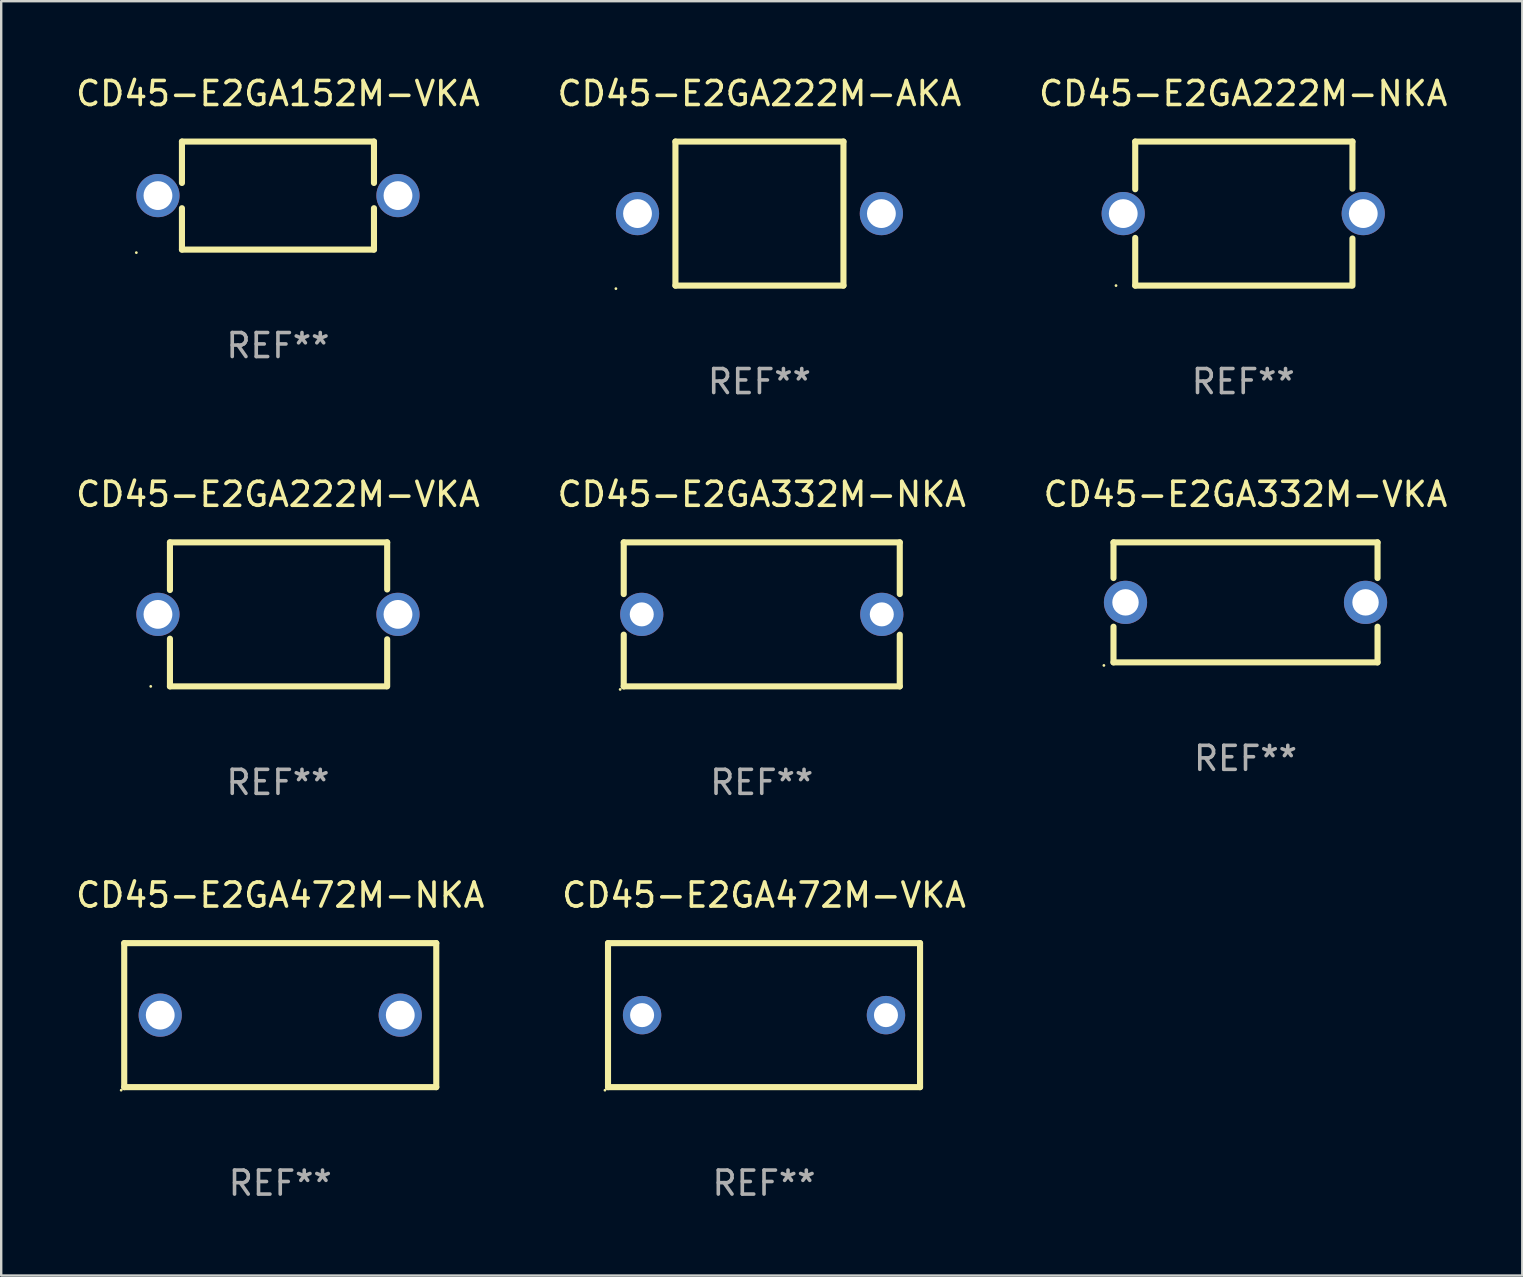
<source format=kicad_pcb>
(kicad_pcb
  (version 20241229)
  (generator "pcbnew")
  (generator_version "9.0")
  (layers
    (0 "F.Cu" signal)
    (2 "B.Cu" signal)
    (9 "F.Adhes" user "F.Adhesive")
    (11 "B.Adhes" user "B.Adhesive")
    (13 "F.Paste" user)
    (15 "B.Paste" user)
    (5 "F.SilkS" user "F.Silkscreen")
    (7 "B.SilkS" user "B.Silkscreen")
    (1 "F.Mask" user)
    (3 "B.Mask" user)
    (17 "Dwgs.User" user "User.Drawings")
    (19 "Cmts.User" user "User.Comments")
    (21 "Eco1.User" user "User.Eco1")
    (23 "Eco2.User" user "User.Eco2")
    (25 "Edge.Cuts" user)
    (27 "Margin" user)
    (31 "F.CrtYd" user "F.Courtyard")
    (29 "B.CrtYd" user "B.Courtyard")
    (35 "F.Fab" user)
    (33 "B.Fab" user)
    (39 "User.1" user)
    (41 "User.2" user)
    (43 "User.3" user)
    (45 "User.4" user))
  (footprint "CD45-E2GA222M-AKA"
    (layer "F.Cu")
    (at 28.589 5.848)
    (property "Reference" "CD45-E2GA222M-AKA" (at 0 -5 0) (layer "F.SilkS") (effects (font (size 1 1) (thickness 0.15))))
    (attr through_hole)
    (fp_line (start -3.5 -3) (end 3.5 -3) (stroke (width 0.254) (type solid)) (layer "F.SilkS"))
    (fp_line (start -3.5 3) (end -3.5 -3) (stroke (width 0.254) (type solid)) (layer "F.SilkS"))
    (fp_line (start 3.5 -3) (end 3.5 3) (stroke (width 0.254) (type solid)) (layer "F.SilkS"))
    (fp_line (start 3.5 3) (end -3.5 3) (stroke (width 0.254) (type solid)) (layer "F.SilkS"))
    (fp_circle (center -5.98 3.127) (end -5.95 3.127) (stroke (width 0.06) (type solid)) (fill no) (layer "F.SilkS"))
    (fp_text user "REF**" (at 0 7 0) (layer "F.Fab") (effects (font (size 1 1) (thickness 0.15))))
    (pad "1" thru_hole circle (at -5.08 0) (size 1.8 1.8) (drill 1.2) (layers "*.Cu" "*.Mask"))
    (pad "2" thru_hole circle (at 5.08 0) (size 1.8 1.8) (drill 1.2) (layers "*.Cu" "*.Mask")))
  (footprint "CD45-E2GA332M-NKA"
    (layer "F.Cu")
    (at 28.685 22.545)
    (property "Reference" "CD45-E2GA332M-NKA" (at 0 -5 0) (layer "F.SilkS") (effects (font (size 1 1) (thickness 0.15))))
    (attr through_hole)
    (fp_line (start -5.75 -3) (end -5.75 -0.845) (stroke (width 0.254) (type solid)) (layer "F.SilkS"))
    (fp_line (start -5.75 -3) (end 5.75 -3) (stroke (width 0.254) (type solid)) (layer "F.SilkS"))
    (fp_line (start -5.75 0.845) (end -5.75 3) (stroke (width 0.254) (type solid)) (layer "F.SilkS"))
    (fp_line (start 5.75 -3) (end 5.75 -0.847) (stroke (width 0.254) (type solid)) (layer "F.SilkS"))
    (fp_line (start 5.75 0.847) (end 5.75 3) (stroke (width 0.254) (type solid)) (layer "F.SilkS"))
    (fp_line (start 5.75 3) (end -5.75 3) (stroke (width 0.254) (type solid)) (layer "F.SilkS"))
    (fp_circle (center -5.899 3.127) (end -5.869 3.127) (stroke (width 0.06) (type solid)) (fill no) (layer "F.SilkS"))
    (fp_text user "REF**" (at 0 7 0) (layer "F.Fab") (effects (font (size 1 1) (thickness 0.15))))
    (pad "1" thru_hole circle (at -4.999 0) (size 1.8 1.8) (drill 1) (layers "*.Cu" "*.Mask"))
    (pad "2" thru_hole circle (at 5.001 0) (size 1.8 1.8) (drill 1) (layers "*.Cu" "*.Mask")))
  (footprint "CD45-E2GA222M-NKA"
    (layer "F.Cu")
    (at 48.744 5.848)
    (property "Reference" "CD45-E2GA222M-NKA" (at 0 -5 0) (layer "F.SilkS") (effects (font (size 1 1) (thickness 0.15))))
    (attr through_hole)
    (fp_line (start -4.5 -3) (end -4.5 -1.014) (stroke (width 0.254) (type solid)) (layer "F.SilkS"))
    (fp_line (start -4.5 -3) (end 4.55 -3) (stroke (width 0.254) (type solid)) (layer "F.SilkS"))
    (fp_line (start -4.5 1.014) (end -4.5 3) (stroke (width 0.254) (type solid)) (layer "F.SilkS"))
    (fp_line (start -4.5 3) (end 4.5 3) (stroke (width 0.254) (type solid)) (layer "F.SilkS"))
    (fp_line (start 4.55 -3) (end 4.55 -1.038) (stroke (width 0.254) (type solid)) (layer "F.SilkS"))
    (fp_line (start 4.55 1.038) (end 4.55 3) (stroke (width 0.254) (type solid)) (layer "F.SilkS"))
    (fp_circle (center -5.3 3) (end -5.27 3) (stroke (width 0.06) (type solid)) (fill no) (layer "F.SilkS"))
    (fp_text user "REF**" (at 0 7 0) (layer "F.Fab") (effects (font (size 1 1) (thickness 0.15))))
    (pad "1" thru_hole circle (at -5 0) (size 1.8 1.8) (drill 1.2) (layers "*.Cu" "*.Mask"))
    (pad "2" thru_hole circle (at 5 0) (size 1.8 1.8) (drill 1.2) (layers "*.Cu" "*.Mask")))
  (footprint "CD45-E2GA332M-VKA"
    (layer "F.Cu")
    (at 48.839 22.045)
    (property "Reference" "CD45-E2GA332M-VKA" (at 0 -4.5 0) (layer "F.SilkS") (effects (font (size 1 1) (thickness 0.15))))
    (attr through_hole)
    (fp_line (start -5.5 -2.5) (end -5.5 -1.014) (stroke (width 0.254) (type solid)) (layer "F.SilkS"))
    (fp_line (start -5.5 -2.5) (end 5.5 -2.5) (stroke (width 0.254) (type solid)) (layer "F.SilkS"))
    (fp_line (start -5.5 1.014) (end -5.5 2.5) (stroke (width 0.254) (type solid)) (layer "F.SilkS"))
    (fp_line (start 5.5 -1.014) (end 5.5 -2.5) (stroke (width 0.254) (type solid)) (layer "F.SilkS"))
    (fp_line (start 5.5 2.5) (end -5.5 2.5) (stroke (width 0.254) (type solid)) (layer "F.SilkS"))
    (fp_line (start 5.5 2.5) (end 5.5 1.014) (stroke (width 0.254) (type solid)) (layer "F.SilkS"))
    (fp_circle (center -5.9 2.627) (end -5.87 2.627) (stroke (width 0.06) (type solid)) (fill no) (layer "F.SilkS"))
    (fp_text user "REF**" (at 0 6.5 0) (layer "F.Fab") (effects (font (size 1 1) (thickness 0.15))))
    (pad "1" thru_hole circle (at -5 0) (size 1.8 1.8) (drill 1.1) (layers "*.Cu" "*.Mask"))
    (pad "2" thru_hole circle (at 5 0) (size 1.8 1.8) (drill 1.1) (layers "*.Cu" "*.Mask")))
  (footprint "CD45-E2GA472M-NKA"
    (layer "F.Cu")
    (at 8.625 39.241)
    (property "Reference" "CD45-E2GA472M-NKA" (at 0 -5 0) (layer "F.SilkS") (effects (font (size 1 1) (thickness 0.15))))
    (attr through_hole)
    (fp_line (start -6.5 -3) (end 6.5 -3) (stroke (width 0.254) (type solid)) (layer "F.SilkS"))
    (fp_line (start -6.5 3) (end -6.5 -3) (stroke (width 0.254) (type solid)) (layer "F.SilkS"))
    (fp_line (start -6.5 3) (end 6.5 3) (stroke (width 0.254) (type solid)) (layer "F.SilkS"))
    (fp_line (start 6.5 -3) (end 6.5 3) (stroke (width 0.254) (type solid)) (layer "F.SilkS"))
    (fp_circle (center -6.627 3.127) (end -6.597 3.127) (stroke (width 0.06) (type solid)) (fill no) (layer "F.SilkS"))
    (fp_text user "REF**" (at 0 7 0) (layer "F.Fab") (effects (font (size 1 1) (thickness 0.15))))
    (pad "1" thru_hole circle (at -5 0) (size 1.8 1.8) (drill 1.2) (layers "*.Cu" "*.Mask"))
    (pad "2" thru_hole circle (at 5 0) (size 1.8 1.8) (drill 1.2) (layers "*.Cu" "*.Mask")))
  (footprint "CD45-E2GA152M-VKA"
    (layer "F.Cu")
    (at 8.53 5.098)
    (property "Reference" "CD45-E2GA152M-VKA" (at 0 -4.25 0) (layer "F.SilkS") (effects (font (size 1 1) (thickness 0.15))))
    (attr through_hole)
    (fp_line (start -4 -2.25) (end -4 -0.526) (stroke (width 0.254) (type solid)) (layer "F.SilkS"))
    (fp_line (start -4 -2.25) (end 4 -2.25) (stroke (width 0.254) (type solid)) (layer "F.SilkS"))
    (fp_line (start -4 0.526) (end -4 2.25) (stroke (width 0.254) (type solid)) (layer "F.SilkS"))
    (fp_line (start 4 -2.25) (end 4 -0.526) (stroke (width 0.254) (type solid)) (layer "F.SilkS"))
    (fp_line (start 4 0.526) (end 4 2.25) (stroke (width 0.254) (type solid)) (layer "F.SilkS"))
    (fp_line (start 4 2.25) (end -4 2.25) (stroke (width 0.254) (type solid)) (layer "F.SilkS"))
    (fp_circle (center -5.9 2.377) (end -5.87 2.377) (stroke (width 0.06) (type solid)) (fill no) (layer "F.SilkS"))
    (fp_text user "REF**" (at 0 6.25 0) (layer "F.Fab") (effects (font (size 1 1) (thickness 0.15))))
    (pad "1" thru_hole circle (at -5 0) (size 1.8 1.8) (drill 1.2) (layers "*.Cu" "*.Mask"))
    (pad "2" thru_hole circle (at 5 0) (size 1.8 1.8) (drill 1.2) (layers "*.Cu" "*.Mask")))
  (footprint "CD45-E2GA222M-VKA"
    (layer "F.Cu")
    (at 8.53 22.545)
    (property "Reference" "CD45-E2GA222M-VKA" (at 0 -5 0) (layer "F.SilkS") (effects (font (size 1 1) (thickness 0.15))))
    (attr through_hole)
    (fp_line (start -4.5 -3) (end -4.5 -1.014) (stroke (width 0.254) (type solid)) (layer "F.SilkS"))
    (fp_line (start -4.5 -3) (end 4.55 -3) (stroke (width 0.254) (type solid)) (layer "F.SilkS"))
    (fp_line (start -4.5 1.014) (end -4.5 3) (stroke (width 0.254) (type solid)) (layer "F.SilkS"))
    (fp_line (start -4.5 3) (end 4.5 3) (stroke (width 0.254) (type solid)) (layer "F.SilkS"))
    (fp_line (start 4.55 -3) (end 4.55 -1.038) (stroke (width 0.254) (type solid)) (layer "F.SilkS"))
    (fp_line (start 4.55 1.038) (end 4.55 3) (stroke (width 0.254) (type solid)) (layer "F.SilkS"))
    (fp_circle (center -5.3 3) (end -5.27 3) (stroke (width 0.06) (type solid)) (fill no) (layer "F.SilkS"))
    (fp_text user "REF**" (at 0 7 0) (layer "F.Fab") (effects (font (size 1 1) (thickness 0.15))))
    (pad "1" thru_hole circle (at -5 0) (size 1.8 1.8) (drill 1.2) (layers "*.Cu" "*.Mask"))
    (pad "2" thru_hole circle (at 5 0) (size 1.8 1.8) (drill 1.2) (layers "*.Cu" "*.Mask")))
  (footprint "CD45-E2GA472M-VKA"
    (layer "F.Cu")
    (at 28.78 39.241)
    (property "Reference" "CD45-E2GA472M-VKA" (at 0 -5 0) (layer "F.SilkS") (effects (font (size 1 1) (thickness 0.15))))
    (attr through_hole)
    (fp_line (start -6.5 -3) (end 6.5 -3) (stroke (width 0.254) (type solid)) (layer "F.SilkS"))
    (fp_line (start -6.5 3) (end -6.5 -3) (stroke (width 0.254) (type solid)) (layer "F.SilkS"))
    (fp_line (start 6.5 -3) (end 6.5 3) (stroke (width 0.254) (type solid)) (layer "F.SilkS"))
    (fp_line (start 6.5 3) (end -6.5 3) (stroke (width 0.254) (type solid)) (layer "F.SilkS"))
    (fp_circle (center -6.627 3.127) (end -6.597 3.127) (stroke (width 0.06) (type solid)) (fill no) (layer "F.SilkS"))
    (fp_text user "REF**" (at 0 7 0) (layer "F.Fab") (effects (font (size 1 1) (thickness 0.15))))
    (pad "1" thru_hole circle (at -5.08 0) (size 1.6 1.6) (drill 1) (layers "*.Cu" "*.Mask"))
    (pad "2" thru_hole circle (at 5.08 0) (size 1.6 1.6) (drill 1) (layers "*.Cu" "*.Mask")))
  (gr_rect
    (start -3 -3)
    (end 60.369 50.09)
    (stroke (width 0.1) (type default))
    (fill no)
    (layer "Edge.Cuts")))
</source>
